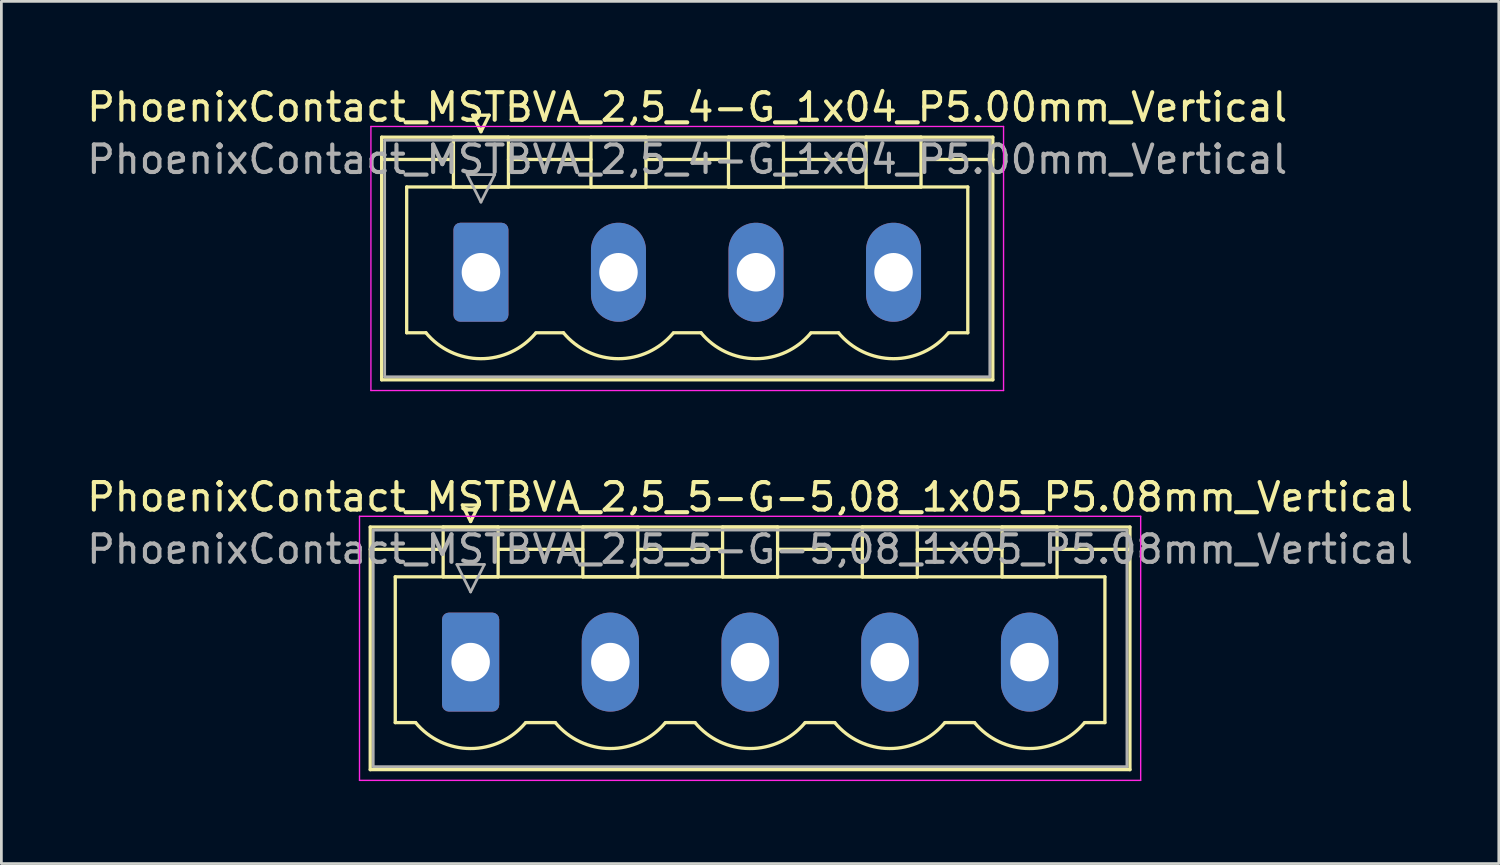
<source format=kicad_pcb>
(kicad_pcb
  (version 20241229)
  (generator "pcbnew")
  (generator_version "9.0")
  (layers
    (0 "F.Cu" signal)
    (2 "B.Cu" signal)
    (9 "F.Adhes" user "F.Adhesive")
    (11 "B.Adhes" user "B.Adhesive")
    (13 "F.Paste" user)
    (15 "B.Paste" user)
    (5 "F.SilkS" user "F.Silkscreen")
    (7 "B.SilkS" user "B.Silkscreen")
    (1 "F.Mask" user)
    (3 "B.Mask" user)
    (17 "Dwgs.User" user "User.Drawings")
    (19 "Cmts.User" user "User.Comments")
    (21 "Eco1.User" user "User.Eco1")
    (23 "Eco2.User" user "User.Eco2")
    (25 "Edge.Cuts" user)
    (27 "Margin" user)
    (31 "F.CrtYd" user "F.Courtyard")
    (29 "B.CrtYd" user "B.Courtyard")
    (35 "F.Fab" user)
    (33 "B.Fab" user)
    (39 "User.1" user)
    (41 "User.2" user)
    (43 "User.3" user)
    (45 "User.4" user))
  (footprint "PhoenixContact_MSTBVA_2,5_5-G-5,08_1x05_P5.08mm_Vertical"
    (layer "F.Cu")
    (at 14.06 21.021)
    (property "Reference" "PhoenixContact_MSTBVA_2,5_5-G-5,08_1x05_P5.08mm_Vertical" (at 10.16 -6 0) (layer "F.SilkS") (effects (font (size 1 1) (thickness 0.15))))
    (attr through_hole)
    (fp_line (start -3.65 -4.91) (end -3.65 3.91) (stroke (width 0.12) (type solid)) (layer "F.SilkS"))
    (fp_line (start -3.65 -4.1) (end -1.11 -4.1) (stroke (width 0.12) (type solid)) (layer "F.SilkS"))
    (fp_line (start -3.65 3.91) (end 23.97 3.91) (stroke (width 0.12) (type solid)) (layer "F.SilkS"))
    (fp_line (start -2.74 -3.1) (end 23.06 -3.1) (stroke (width 0.12) (type solid)) (layer "F.SilkS"))
    (fp_line (start -2.74 2.2) (end -2.74 -3.1) (stroke (width 0.12) (type solid)) (layer "F.SilkS"))
    (fp_line (start -2 2.2) (end -2.74 2.2) (stroke (width 0.12) (type solid)) (layer "F.SilkS"))
    (fp_line (start -1 -4.91) (end 1 -4.91) (stroke (width 0.12) (type solid)) (layer "F.SilkS"))
    (fp_line (start -1 -3.1) (end -1 -4.91) (stroke (width 0.12) (type solid)) (layer "F.SilkS"))
    (fp_line (start -0.3 -5.71) (end 0.3 -5.71) (stroke (width 0.12) (type solid)) (layer "F.SilkS"))
    (fp_line (start 0 -5.11) (end -0.3 -5.71) (stroke (width 0.12) (type solid)) (layer "F.SilkS"))
    (fp_line (start 0.3 -5.71) (end 0 -5.11) (stroke (width 0.12) (type solid)) (layer "F.SilkS"))
    (fp_line (start 1 -4.91) (end 1 -3.1) (stroke (width 0.12) (type solid)) (layer "F.SilkS"))
    (fp_line (start 1 -4.1) (end 4.08 -4.1) (stroke (width 0.12) (type solid)) (layer "F.SilkS"))
    (fp_line (start 1 -3.1) (end -1 -3.1) (stroke (width 0.12) (type solid)) (layer "F.SilkS"))
    (fp_line (start 2 2.2) (end 3.08 2.2) (stroke (width 0.12) (type solid)) (layer "F.SilkS"))
    (fp_line (start 4.08 -4.91) (end 6.08 -4.91) (stroke (width 0.12) (type solid)) (layer "F.SilkS"))
    (fp_line (start 4.08 -3.1) (end 4.08 -4.91) (stroke (width 0.12) (type solid)) (layer "F.SilkS"))
    (fp_line (start 6.08 -4.91) (end 6.08 -3.1) (stroke (width 0.12) (type solid)) (layer "F.SilkS"))
    (fp_line (start 6.08 -4.1) (end 9.16 -4.1) (stroke (width 0.12) (type solid)) (layer "F.SilkS"))
    (fp_line (start 6.08 -3.1) (end 4.08 -3.1) (stroke (width 0.12) (type solid)) (layer "F.SilkS"))
    (fp_line (start 7.08 2.2) (end 8.16 2.2) (stroke (width 0.12) (type solid)) (layer "F.SilkS"))
    (fp_line (start 9.16 -4.91) (end 11.16 -4.91) (stroke (width 0.12) (type solid)) (layer "F.SilkS"))
    (fp_line (start 9.16 -3.1) (end 9.16 -4.91) (stroke (width 0.12) (type solid)) (layer "F.SilkS"))
    (fp_line (start 11.16 -4.91) (end 11.16 -3.1) (stroke (width 0.12) (type solid)) (layer "F.SilkS"))
    (fp_line (start 11.16 -4.1) (end 14.24 -4.1) (stroke (width 0.12) (type solid)) (layer "F.SilkS"))
    (fp_line (start 11.16 -3.1) (end 9.16 -3.1) (stroke (width 0.12) (type solid)) (layer "F.SilkS"))
    (fp_line (start 12.16 2.2) (end 13.24 2.2) (stroke (width 0.12) (type solid)) (layer "F.SilkS"))
    (fp_line (start 14.24 -4.91) (end 16.24 -4.91) (stroke (width 0.12) (type solid)) (layer "F.SilkS"))
    (fp_line (start 14.24 -3.1) (end 14.24 -4.91) (stroke (width 0.12) (type solid)) (layer "F.SilkS"))
    (fp_line (start 16.24 -4.91) (end 16.24 -3.1) (stroke (width 0.12) (type solid)) (layer "F.SilkS"))
    (fp_line (start 16.24 -4.1) (end 19.32 -4.1) (stroke (width 0.12) (type solid)) (layer "F.SilkS"))
    (fp_line (start 16.24 -3.1) (end 14.24 -3.1) (stroke (width 0.12) (type solid)) (layer "F.SilkS"))
    (fp_line (start 17.24 2.2) (end 18.32 2.2) (stroke (width 0.12) (type solid)) (layer "F.SilkS"))
    (fp_line (start 19.32 -4.91) (end 21.32 -4.91) (stroke (width 0.12) (type solid)) (layer "F.SilkS"))
    (fp_line (start 19.32 -3.1) (end 19.32 -4.91) (stroke (width 0.12) (type solid)) (layer "F.SilkS"))
    (fp_line (start 21.32 -4.91) (end 21.32 -3.1) (stroke (width 0.12) (type solid)) (layer "F.SilkS"))
    (fp_line (start 21.32 -3.1) (end 19.32 -3.1) (stroke (width 0.12) (type solid)) (layer "F.SilkS"))
    (fp_line (start 23.06 -3.1) (end 23.06 2.2) (stroke (width 0.12) (type solid)) (layer "F.SilkS"))
    (fp_line (start 23.06 2.2) (end 22.32 2.2) (stroke (width 0.12) (type solid)) (layer "F.SilkS"))
    (fp_line (start 23.97 -4.91) (end -3.65 -4.91) (stroke (width 0.12) (type solid)) (layer "F.SilkS"))
    (fp_line (start 23.97 -4.1) (end 21.43 -4.1) (stroke (width 0.12) (type solid)) (layer "F.SilkS"))
    (fp_line (start 23.97 3.91) (end 23.97 -4.91) (stroke (width 0.12) (type solid)) (layer "F.SilkS"))
    (fp_arc (start 1.986842 2.215821) (mid -0.010289 3.142758) (end -2 2.2) (stroke (width 0.12) (type solid)) (layer "F.SilkS"))
    (fp_arc (start 7.066842 2.215821) (mid 5.069711 3.142758) (end 3.08 2.2) (stroke (width 0.12) (type solid)) (layer "F.SilkS"))
    (fp_arc (start 12.146842 2.215821) (mid 10.149711 3.142758) (end 8.16 2.2) (stroke (width 0.12) (type solid)) (layer "F.SilkS"))
    (fp_arc (start 17.226842 2.215821) (mid 15.229711 3.142758) (end 13.24 2.2) (stroke (width 0.12) (type solid)) (layer "F.SilkS"))
    (fp_arc (start 22.306842 2.215821) (mid 20.309711 3.142758) (end 18.32 2.2) (stroke (width 0.12) (type solid)) (layer "F.SilkS"))
    (fp_line (start -4.04 -5.3) (end -4.04 4.3) (stroke (width 0.05) (type solid)) (layer "F.CrtYd"))
    (fp_line (start -4.04 4.3) (end 24.36 4.3) (stroke (width 0.05) (type solid)) (layer "F.CrtYd"))
    (fp_line (start 24.36 -5.3) (end -4.04 -5.3) (stroke (width 0.05) (type solid)) (layer "F.CrtYd"))
    (fp_line (start 24.36 4.3) (end 24.36 -5.3) (stroke (width 0.05) (type solid)) (layer "F.CrtYd"))
    (fp_line (start -3.54 -4.8) (end -3.54 3.8) (stroke (width 0.1) (type solid)) (layer "F.Fab"))
    (fp_line (start -3.54 3.8) (end 23.86 3.8) (stroke (width 0.1) (type solid)) (layer "F.Fab"))
    (fp_line (start -0.5 -3.55) (end 0.5 -3.55) (stroke (width 0.1) (type solid)) (layer "F.Fab"))
    (fp_line (start 0 -2.55) (end -0.5 -3.55) (stroke (width 0.1) (type solid)) (layer "F.Fab"))
    (fp_line (start 0.5 -3.55) (end 0 -2.55) (stroke (width 0.1) (type solid)) (layer "F.Fab"))
    (fp_line (start 23.86 -4.8) (end -3.54 -4.8) (stroke (width 0.1) (type solid)) (layer "F.Fab"))
    (fp_line (start 23.86 3.8) (end 23.86 -4.8) (stroke (width 0.1) (type solid)) (layer "F.Fab"))
    (fp_text user "${REFERENCE}" (at 10.16 -4.1 0) (layer "F.Fab") (effects (font (size 1 1) (thickness 0.15))))
    (pad "1" thru_hole roundrect (at 0 0) (size 2.08 3.6) (drill 1.4) (layers "*.Cu" "*.Mask") (roundrect_rratio 0.12))
    (pad "2" thru_hole oval (at 5.08 0) (size 2.08 3.6) (drill 1.4) (layers "*.Cu" "*.Mask"))
    (pad "3" thru_hole oval (at 10.16 0) (size 2.08 3.6) (drill 1.4) (layers "*.Cu" "*.Mask"))
    (pad "4" thru_hole oval (at 15.24 0) (size 2.08 3.6) (drill 1.4) (layers "*.Cu" "*.Mask"))
    (pad "5" thru_hole oval (at 20.32 0) (size 2.08 3.6) (drill 1.4) (layers "*.Cu" "*.Mask")))
  (footprint "PhoenixContact_MSTBVA_2,5_4-G_1x04_P5.00mm_Vertical"
    (layer "F.Cu")
    (at 14.435 6.848)
    (property "Reference" "PhoenixContact_MSTBVA_2,5_4-G_1x04_P5.00mm_Vertical" (at 7.5 -6 0) (layer "F.SilkS") (effects (font (size 1 1) (thickness 0.15))))
    (attr through_hole)
    (fp_line (start -3.61 -4.91) (end -3.61 3.91) (stroke (width 0.12) (type solid)) (layer "F.SilkS"))
    (fp_line (start -3.61 -4.1) (end -1.11 -4.1) (stroke (width 0.12) (type solid)) (layer "F.SilkS"))
    (fp_line (start -3.61 3.91) (end 18.61 3.91) (stroke (width 0.12) (type solid)) (layer "F.SilkS"))
    (fp_line (start -2.7 -3.1) (end 17.7 -3.1) (stroke (width 0.12) (type solid)) (layer "F.SilkS"))
    (fp_line (start -2.7 2.2) (end -2.7 -3.1) (stroke (width 0.12) (type solid)) (layer "F.SilkS"))
    (fp_line (start -2 2.2) (end -2.7 2.2) (stroke (width 0.12) (type solid)) (layer "F.SilkS"))
    (fp_line (start -1 -4.91) (end 1 -4.91) (stroke (width 0.12) (type solid)) (layer "F.SilkS"))
    (fp_line (start -1 -3.1) (end -1 -4.91) (stroke (width 0.12) (type solid)) (layer "F.SilkS"))
    (fp_line (start -0.3 -5.71) (end 0.3 -5.71) (stroke (width 0.12) (type solid)) (layer "F.SilkS"))
    (fp_line (start 0 -5.11) (end -0.3 -5.71) (stroke (width 0.12) (type solid)) (layer "F.SilkS"))
    (fp_line (start 0.3 -5.71) (end 0 -5.11) (stroke (width 0.12) (type solid)) (layer "F.SilkS"))
    (fp_line (start 1 -4.91) (end 1 -3.1) (stroke (width 0.12) (type solid)) (layer "F.SilkS"))
    (fp_line (start 1 -4.1) (end 4 -4.1) (stroke (width 0.12) (type solid)) (layer "F.SilkS"))
    (fp_line (start 1 -3.1) (end -1 -3.1) (stroke (width 0.12) (type solid)) (layer "F.SilkS"))
    (fp_line (start 2 2.2) (end 3 2.2) (stroke (width 0.12) (type solid)) (layer "F.SilkS"))
    (fp_line (start 4 -4.91) (end 6 -4.91) (stroke (width 0.12) (type solid)) (layer "F.SilkS"))
    (fp_line (start 4 -3.1) (end 4 -4.91) (stroke (width 0.12) (type solid)) (layer "F.SilkS"))
    (fp_line (start 6 -4.91) (end 6 -3.1) (stroke (width 0.12) (type solid)) (layer "F.SilkS"))
    (fp_line (start 6 -4.1) (end 9 -4.1) (stroke (width 0.12) (type solid)) (layer "F.SilkS"))
    (fp_line (start 6 -3.1) (end 4 -3.1) (stroke (width 0.12) (type solid)) (layer "F.SilkS"))
    (fp_line (start 7 2.2) (end 8 2.2) (stroke (width 0.12) (type solid)) (layer "F.SilkS"))
    (fp_line (start 9 -4.91) (end 11 -4.91) (stroke (width 0.12) (type solid)) (layer "F.SilkS"))
    (fp_line (start 9 -3.1) (end 9 -4.91) (stroke (width 0.12) (type solid)) (layer "F.SilkS"))
    (fp_line (start 11 -4.91) (end 11 -3.1) (stroke (width 0.12) (type solid)) (layer "F.SilkS"))
    (fp_line (start 11 -4.1) (end 14 -4.1) (stroke (width 0.12) (type solid)) (layer "F.SilkS"))
    (fp_line (start 11 -3.1) (end 9 -3.1) (stroke (width 0.12) (type solid)) (layer "F.SilkS"))
    (fp_line (start 12 2.2) (end 13 2.2) (stroke (width 0.12) (type solid)) (layer "F.SilkS"))
    (fp_line (start 14 -4.91) (end 16 -4.91) (stroke (width 0.12) (type solid)) (layer "F.SilkS"))
    (fp_line (start 14 -3.1) (end 14 -4.91) (stroke (width 0.12) (type solid)) (layer "F.SilkS"))
    (fp_line (start 16 -4.91) (end 16 -3.1) (stroke (width 0.12) (type solid)) (layer "F.SilkS"))
    (fp_line (start 16 -3.1) (end 14 -3.1) (stroke (width 0.12) (type solid)) (layer "F.SilkS"))
    (fp_line (start 17.7 -3.1) (end 17.7 2.2) (stroke (width 0.12) (type solid)) (layer "F.SilkS"))
    (fp_line (start 17.7 2.2) (end 17 2.2) (stroke (width 0.12) (type solid)) (layer "F.SilkS"))
    (fp_line (start 18.61 -4.91) (end -3.61 -4.91) (stroke (width 0.12) (type solid)) (layer "F.SilkS"))
    (fp_line (start 18.61 -4.1) (end 16.11 -4.1) (stroke (width 0.12) (type solid)) (layer "F.SilkS"))
    (fp_line (start 18.61 3.91) (end 18.61 -4.91) (stroke (width 0.12) (type solid)) (layer "F.SilkS"))
    (fp_arc (start 1.986842 2.215821) (mid -0.010289 3.142758) (end -2 2.2) (stroke (width 0.12) (type solid)) (layer "F.SilkS"))
    (fp_arc (start 6.986842 2.215821) (mid 4.989711 3.142758) (end 3 2.2) (stroke (width 0.12) (type solid)) (layer "F.SilkS"))
    (fp_arc (start 11.986842 2.215821) (mid 9.989711 3.142758) (end 8 2.2) (stroke (width 0.12) (type solid)) (layer "F.SilkS"))
    (fp_arc (start 16.986842 2.215821) (mid 14.989711 3.142758) (end 13 2.2) (stroke (width 0.12) (type solid)) (layer "F.SilkS"))
    (fp_line (start -4 -5.3) (end -4 4.3) (stroke (width 0.05) (type solid)) (layer "F.CrtYd"))
    (fp_line (start -4 4.3) (end 19 4.3) (stroke (width 0.05) (type solid)) (layer "F.CrtYd"))
    (fp_line (start 19 -5.3) (end -4 -5.3) (stroke (width 0.05) (type solid)) (layer "F.CrtYd"))
    (fp_line (start 19 4.3) (end 19 -5.3) (stroke (width 0.05) (type solid)) (layer "F.CrtYd"))
    (fp_line (start -3.5 -4.8) (end -3.5 3.8) (stroke (width 0.1) (type solid)) (layer "F.Fab"))
    (fp_line (start -3.5 3.8) (end 18.5 3.8) (stroke (width 0.1) (type solid)) (layer "F.Fab"))
    (fp_line (start -0.5 -3.55) (end 0.5 -3.55) (stroke (width 0.1) (type solid)) (layer "F.Fab"))
    (fp_line (start 0 -2.55) (end -0.5 -3.55) (stroke (width 0.1) (type solid)) (layer "F.Fab"))
    (fp_line (start 0.5 -3.55) (end 0 -2.55) (stroke (width 0.1) (type solid)) (layer "F.Fab"))
    (fp_line (start 18.5 -4.8) (end -3.5 -4.8) (stroke (width 0.1) (type solid)) (layer "F.Fab"))
    (fp_line (start 18.5 3.8) (end 18.5 -4.8) (stroke (width 0.1) (type solid)) (layer "F.Fab"))
    (fp_text user "${REFERENCE}" (at 7.5 -4.1 0) (layer "F.Fab") (effects (font (size 1 1) (thickness 0.15))))
    (pad "1" thru_hole roundrect (at 0 0) (size 2 3.6) (drill 1.4) (layers "*.Cu" "*.Mask") (roundrect_rratio 0.125))
    (pad "2" thru_hole oval (at 5 0) (size 2 3.6) (drill 1.4) (layers "*.Cu" "*.Mask"))
    (pad "3" thru_hole oval (at 10 0) (size 2 3.6) (drill 1.4) (layers "*.Cu" "*.Mask"))
    (pad "4" thru_hole oval (at 15 0) (size 2 3.6) (drill 1.4) (layers "*.Cu" "*.Mask")))
  (gr_rect
    (start -3 -3)
    (end 51.44 28.346)
    (stroke (width 0.1) (type default))
    (fill no)
    (layer "Edge.Cuts")))
</source>
